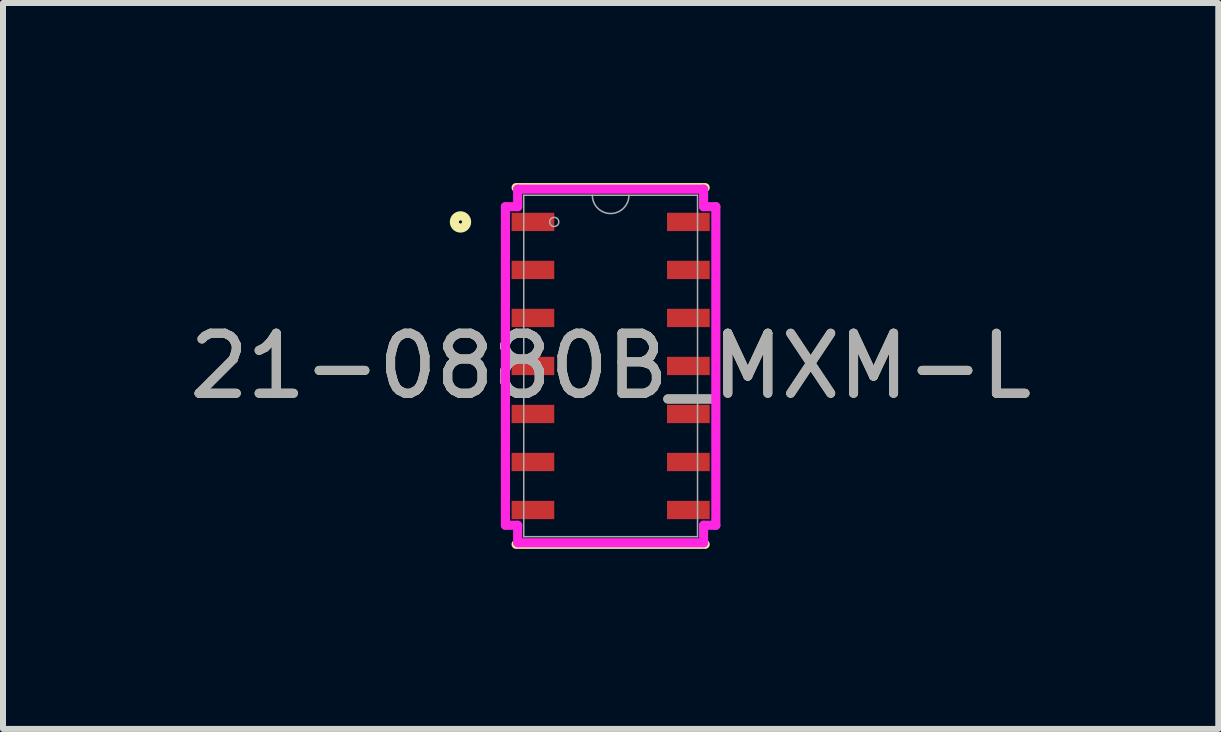
<source format=kicad_pcb>
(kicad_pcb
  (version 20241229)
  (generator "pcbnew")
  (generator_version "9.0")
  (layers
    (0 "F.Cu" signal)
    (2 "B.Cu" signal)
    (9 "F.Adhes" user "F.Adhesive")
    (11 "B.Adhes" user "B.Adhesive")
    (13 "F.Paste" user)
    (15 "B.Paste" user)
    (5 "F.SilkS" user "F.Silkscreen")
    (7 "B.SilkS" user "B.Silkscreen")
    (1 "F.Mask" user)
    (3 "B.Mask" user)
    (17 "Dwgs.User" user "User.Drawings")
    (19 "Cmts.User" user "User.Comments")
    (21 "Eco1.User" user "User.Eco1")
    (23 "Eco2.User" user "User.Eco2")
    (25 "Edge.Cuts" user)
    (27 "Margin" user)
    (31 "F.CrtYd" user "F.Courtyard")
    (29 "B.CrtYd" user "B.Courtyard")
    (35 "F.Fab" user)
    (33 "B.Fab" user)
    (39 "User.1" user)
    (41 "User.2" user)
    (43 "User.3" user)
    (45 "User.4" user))
  (footprint "21-0880B_MXM-L"
    (layer "F.Cu")
    (at 7.125 3.048)
    (property "Reference" "21-0880B_MXM-L" (at 0 0 0) (unlocked yes) (layer "F.SilkS") (effects (font (size 1 1) (thickness 0.15))))
    (attr smd)
    (fp_line (start -1.575 2.972) (end 1.575 2.972) (stroke (width 0.152) (type solid)) (layer "F.SilkS"))
    (fp_line (start 1.575 -2.972) (end -1.575 -2.972) (stroke (width 0.152) (type solid)) (layer "F.SilkS"))
    (fp_circle (center -2.502 -2.4) (end -2.4 -2.4) (stroke (width 0.152) (type solid)) (fill no) (layer "F.SilkS"))
    (fp_line (start -1.753 -2.654) (end -1.549 -2.654) (stroke (width 0.152) (type solid)) (layer "F.CrtYd"))
    (fp_line (start -1.753 2.654) (end -1.753 -2.654) (stroke (width 0.152) (type solid)) (layer "F.CrtYd"))
    (fp_line (start -1.753 2.654) (end -1.549 2.654) (stroke (width 0.152) (type solid)) (layer "F.CrtYd"))
    (fp_line (start -1.549 -2.946) (end 1.549 -2.946) (stroke (width 0.152) (type solid)) (layer "F.CrtYd"))
    (fp_line (start -1.549 -2.654) (end -1.549 -2.946) (stroke (width 0.152) (type solid)) (layer "F.CrtYd"))
    (fp_line (start -1.549 2.946) (end -1.549 2.654) (stroke (width 0.152) (type solid)) (layer "F.CrtYd"))
    (fp_line (start 1.549 -2.946) (end 1.549 -2.654) (stroke (width 0.152) (type solid)) (layer "F.CrtYd"))
    (fp_line (start 1.549 2.654) (end 1.549 2.946) (stroke (width 0.152) (type solid)) (layer "F.CrtYd"))
    (fp_line (start 1.549 2.946) (end -1.549 2.946) (stroke (width 0.152) (type solid)) (layer "F.CrtYd"))
    (fp_line (start 1.753 -2.654) (end 1.549 -2.654) (stroke (width 0.152) (type solid)) (layer "F.CrtYd"))
    (fp_line (start 1.753 -2.654) (end 1.753 2.654) (stroke (width 0.152) (type solid)) (layer "F.CrtYd"))
    (fp_line (start 1.753 2.654) (end 1.549 2.654) (stroke (width 0.152) (type solid)) (layer "F.CrtYd"))
    (fp_line (start -1.448 -2.845) (end -1.448 2.845) (stroke (width 0.025) (type solid)) (layer "F.Fab"))
    (fp_line (start -1.448 2.845) (end 1.448 2.845) (stroke (width 0.025) (type solid)) (layer "F.Fab"))
    (fp_line (start 1.448 -2.845) (end -1.448 -2.845) (stroke (width 0.025) (type solid)) (layer "F.Fab"))
    (fp_line (start 1.448 2.845) (end 1.448 -2.845) (stroke (width 0.025) (type solid)) (layer "F.Fab"))
    (fp_arc (start 0.3048 -2.8448) (mid 0 -2.54) (end -0.3048 -2.8448) (stroke (width 0.0254) (type solid)) (layer "F.Fab"))
    (fp_circle (center -0.94 -2.4) (end -0.864 -2.4) (stroke (width 0.025) (type solid)) (fill no) (layer "F.Fab"))
    (fp_text user "${REFERENCE}" (at 0 0 0) (unlocked yes) (layer "F.Fab") (effects (font (size 1 1) (thickness 0.15))))
    (pad "1" smd rect (at -1.295 -2.4) (size 0.711 0.305) (layers "F.Cu" "F.Mask" "F.Paste"))
    (pad "2" smd rect (at -1.295 -1.6) (size 0.711 0.305) (layers "F.Cu" "F.Mask" "F.Paste"))
    (pad "3" smd rect (at -1.295 -0.8) (size 0.711 0.305) (layers "F.Cu" "F.Mask" "F.Paste"))
    (pad "4" smd rect (at -1.295 0) (size 0.711 0.305) (layers "F.Cu" "F.Mask" "F.Paste"))
    (pad "5" smd rect (at -1.295 0.8) (size 0.711 0.305) (layers "F.Cu" "F.Mask" "F.Paste"))
    (pad "6" smd rect (at -1.295 1.6) (size 0.711 0.305) (layers "F.Cu" "F.Mask" "F.Paste"))
    (pad "7" smd rect (at -1.295 2.4) (size 0.711 0.305) (layers "F.Cu" "F.Mask" "F.Paste"))
    (pad "8" smd rect (at 1.295 2.4) (size 0.711 0.305) (layers "F.Cu" "F.Mask" "F.Paste"))
    (pad "9" smd rect (at 1.295 1.6) (size 0.711 0.305) (layers "F.Cu" "F.Mask" "F.Paste"))
    (pad "10" smd rect (at 1.295 0.8) (size 0.711 0.305) (layers "F.Cu" "F.Mask" "F.Paste"))
    (pad "11" smd rect (at 1.295 0) (size 0.711 0.305) (layers "F.Cu" "F.Mask" "F.Paste"))
    (pad "12" smd rect (at 1.295 -0.8) (size 0.711 0.305) (layers "F.Cu" "F.Mask" "F.Paste"))
    (pad "13" smd rect (at 1.295 -1.6) (size 0.711 0.305) (layers "F.Cu" "F.Mask" "F.Paste"))
    (pad "14" smd rect (at 1.295 -2.4) (size 0.711 0.305) (layers "F.Cu" "F.Mask" "F.Paste")))
  (gr_rect
    (start -3 -3)
    (end 17.25 9.096)
    (stroke (width 0.1) (type default))
    (fill no)
    (layer "Edge.Cuts")))
</source>
